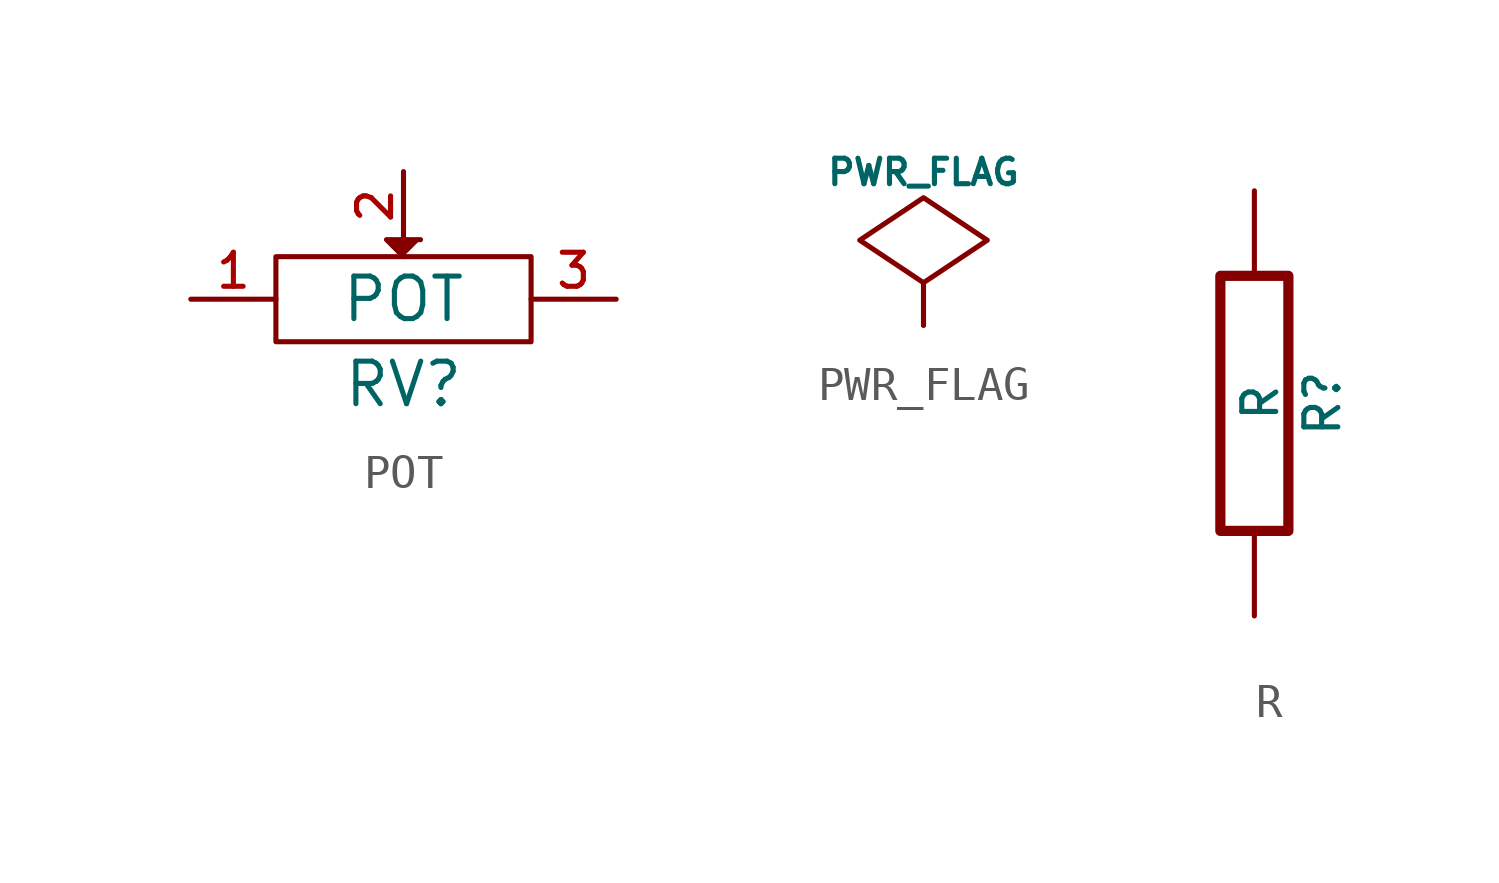
<source format=kicad_sym>
(kicad_symbol_lib
  (version 20231120)
  (generator "kicad_symbol_editor")
  (generator_version "8.0")
  (symbol "POT"
    (pin_names
      (offset 1.016) hide)
    (property "Reference" "RV"
      (at 0 -2.54 0)
      (effects (font (size 1.27 1.27))))
    (property "Value" "POT"
      (at 0 0 0)
      (effects (font (size 1.27 1.27))))
    (property "Footprint" ""
      (at 0 0 0)
      (effects (font (size 1.524 1.524))))
    (property "Datasheet" ""
      (at 0 0 0)
      (effects (font (size 1.524 1.524))))
    (symbol "POT_0_1"
      (rectangle (start -3.81 1.27) (end 3.81 -1.27) (stroke (width 0) (type default)) (fill (type none)))
      (polyline (pts (xy 0 1.27) (xy -0.508 1.778) (xy 0.508 1.778)) (stroke (width 0) (type default)) (fill (type outline))))
    (symbol "POT_1_1"
      (pin passive line (at -6.35 0 0) (length 2.54) (name "1" (effects (font (size 1.016 1.016)))) (number "1" (effects (font (size 1.016 1.016)))))
      (pin passive line (at 0 3.81 270) (length 2.032) (name "2" (effects (font (size 1.016 1.016)))) (number "2" (effects (font (size 1.016 1.016)))))
      (pin passive line (at 6.35 0 180) (length 2.54) (name "3" (effects (font (size 1.016 1.016)))) (number "3" (effects (font (size 1.016 1.016)))))))
  (symbol "PWR_FLAG"
    (power)
    (pin_numbers hide)
    (pin_names
      (offset 0) hide)
    (property "Reference" "#FLG"
      (at 0 2.413 0)
      (effects (font (size 0.762 0.762)) (hide yes)))
    (property "Value" "PWR_FLAG"
      (at 0 4.572 0)
      (effects (font (size 0.762 0.762))))
    (property "Footprint" ""
      (at 0 0 0)
      (effects (font (size 1.524 1.524))))
    (property "Datasheet" ""
      (at 0 0 0)
      (effects (font (size 1.524 1.524))))
    (symbol "PWR_FLAG_0_0"
      (pin power_out line (at 0 0 90) (length 0) (name "pwr" (effects (font (size 0.508 0.508)))) (number "1" (effects (font (size 0.508 0.508))))))
    (symbol "PWR_FLAG_0_1"
      (polyline (pts (xy 0 0) (xy 0 1.27) (xy -1.905 2.54) (xy 0 3.81) (xy 1.905 2.54) (xy 0 1.27)) (stroke (width 0) (type default)) (fill (type none)))))
  (symbol "R"
    (pin_numbers hide)
    (pin_names
      (offset 0))
    (property "Reference" "R"
      (at 2.032 0 90)
      (effects (font (size 1.016 1.016))))
    (property "Value" "R"
      (at 0.178 0.025 90)
      (effects (font (size 1.016 1.016))))
    (property "Footprint" ""
      (at -1.778 0 90)
      (effects (font (size 0.762 0.762))))
    (property "Datasheet" ""
      (at 0 0 0)
      (effects (font (size 0.762 0.762))))
    (symbol "R_0_1"
      (rectangle (start -1.016 3.81) (end 1.016 -3.81) (stroke (width 0.305) (type default)) (fill (type none))))
    (symbol "R_1_1"
      (pin passive line (at 0 6.35 270) (length 2.54) (name "~" (effects (font (size 1.524 1.524)))) (number "1" (effects (font (size 1.524 1.524)))))
      (pin passive line (at 0 -6.35 90) (length 2.54) (name "~" (effects (font (size 1.524 1.524)))) (number "2" (effects (font (size 1.524 1.524))))))))
</source>
